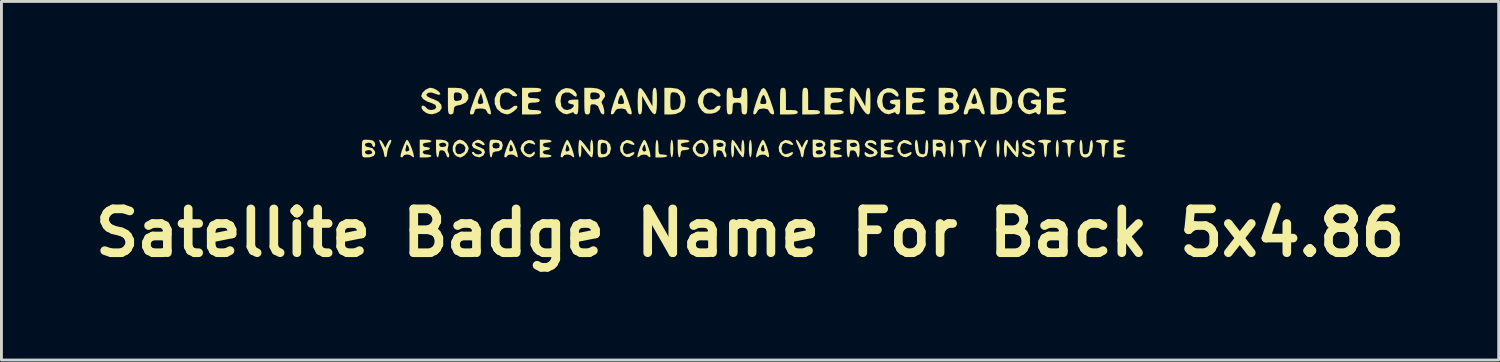
<source format=kicad_pcb>
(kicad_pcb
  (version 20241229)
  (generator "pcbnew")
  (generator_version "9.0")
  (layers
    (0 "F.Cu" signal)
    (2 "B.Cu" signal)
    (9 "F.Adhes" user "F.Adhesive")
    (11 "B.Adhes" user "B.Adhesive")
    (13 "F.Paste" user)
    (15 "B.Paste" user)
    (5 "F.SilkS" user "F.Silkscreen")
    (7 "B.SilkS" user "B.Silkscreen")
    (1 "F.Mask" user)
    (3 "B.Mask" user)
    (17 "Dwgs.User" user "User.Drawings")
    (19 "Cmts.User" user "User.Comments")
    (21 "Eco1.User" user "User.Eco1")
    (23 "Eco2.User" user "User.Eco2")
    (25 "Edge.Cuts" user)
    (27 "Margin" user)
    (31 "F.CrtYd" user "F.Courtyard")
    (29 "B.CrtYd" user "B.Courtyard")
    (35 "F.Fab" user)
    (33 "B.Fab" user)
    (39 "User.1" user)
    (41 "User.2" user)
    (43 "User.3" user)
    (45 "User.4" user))
  (footprint "Satellite Badge Name For Back 5x4.86"
    (layer "F.Cu")
    (at 23.012 5.042)
    (property "Reference" "Satellite Badge Name For Back 5x4.86" (at 0 0 0) (layer "F.SilkS") (effects (font (size 1.524 1.524) (thickness 0.3))))
    (attr board_only exclude_from_pos_files exclude_from_bom)
    (fp_poly (pts (xy -2.692 -3.192) (xy -2.674 -3.069) (xy -2.668 -2.93) (xy -2.676 -2.765) (xy -2.696 -2.654) (xy -2.72 -2.621) (xy -2.747 -2.668) (xy -2.766 -2.79) (xy -2.771 -2.93) (xy -2.763 -3.094) (xy -2.743 -3.206) (xy -2.72 -3.239)) (stroke (width 0) (type solid)) (fill yes) (layer "F.SilkS"))
    (fp_poly (pts (xy 0.038 -3.192) (xy 0.057 -3.069) (xy 0.062 -2.93) (xy 0.055 -2.765) (xy 0.034 -2.654) (xy 0.011 -2.621) (xy -0.016 -2.668) (xy -0.035 -2.79) (xy -0.041 -2.93) (xy -0.033 -3.094) (xy -0.012 -3.206) (xy 0.011 -3.239)) (stroke (width 0) (type solid)) (fill yes) (layer "F.SilkS"))
    (fp_poly (pts (xy 7.045 -3.192) (xy 7.064 -3.069) (xy 7.069 -2.93) (xy 7.062 -2.765) (xy 7.041 -2.654) (xy 7.018 -2.621) (xy 6.99 -2.668) (xy 6.972 -2.79) (xy 6.966 -2.93) (xy 6.974 -3.094) (xy 6.995 -3.206) (xy 7.018 -3.239)) (stroke (width 0) (type solid)) (fill yes) (layer "F.SilkS"))
    (fp_poly (pts (xy 8.642 -3.192) (xy 8.661 -3.069) (xy 8.667 -2.93) (xy 8.659 -2.765) (xy 8.638 -2.654) (xy 8.615 -2.621) (xy 8.588 -2.668) (xy 8.569 -2.79) (xy 8.564 -2.93) (xy 8.571 -3.094) (xy 8.592 -3.206) (xy 8.615 -3.239)) (stroke (width 0) (type solid)) (fill yes) (layer "F.SilkS"))
    (fp_poly (pts (xy 10.703 -3.192) (xy 10.722 -3.069) (xy 10.727 -2.93) (xy 10.72 -2.765) (xy 10.699 -2.654) (xy 10.676 -2.621) (xy 10.648 -2.668) (xy 10.63 -2.79) (xy 10.624 -2.93) (xy 10.632 -3.094) (xy 10.653 -3.206) (xy 10.676 -3.239)) (stroke (width 0) (type solid)) (fill yes) (layer "F.SilkS"))
    (fp_poly (pts (xy -3.205 -3.193) (xy -3.187 -3.074) (xy -3.183 -2.981) (xy -3.18 -2.829) (xy -3.159 -2.753) (xy -3.105 -2.727) (xy -3.029 -2.724) (xy -2.92 -2.709) (xy -2.874 -2.673) (xy -2.874 -2.672) (xy -2.92 -2.64) (xy -3.034 -2.622) (xy -3.08 -2.621) (xy -3.286 -2.621) (xy -3.286 -2.93) (xy -3.279 -3.094) (xy -3.258 -3.206) (xy -3.235 -3.239)) (stroke (width 0) (type solid)) (fill yes) (layer "F.SilkS"))
    (fp_poly (pts (xy 1.197 -5.033) (xy 1.228 -4.991) (xy 1.243 -4.896) (xy 1.247 -4.725) (xy 1.247 -4.656) (xy 1.247 -4.269) (xy 1.454 -4.269) (xy 1.597 -4.257) (xy 1.656 -4.214) (xy 1.66 -4.192) (xy 1.636 -4.147) (xy 1.552 -4.123) (xy 1.388 -4.115) (xy 1.351 -4.115) (xy 1.041 -4.115) (xy 1.041 -4.578) (xy 1.043 -4.799) (xy 1.051 -4.936) (xy 1.07 -5.009) (xy 1.104 -5.038) (xy 1.144 -5.042)) (stroke (width 0) (type solid)) (fill yes) (layer "F.SilkS"))
    (fp_poly (pts (xy 1.97 -5.033) (xy 2.001 -4.991) (xy 2.016 -4.896) (xy 2.02 -4.725) (xy 2.02 -4.656) (xy 2.02 -4.269) (xy 2.226 -4.269) (xy 2.37 -4.257) (xy 2.429 -4.214) (xy 2.432 -4.192) (xy 2.409 -4.147) (xy 2.325 -4.123) (xy 2.161 -4.115) (xy 2.123 -4.115) (xy 1.814 -4.115) (xy 1.814 -4.578) (xy 1.816 -4.799) (xy 1.824 -4.936) (xy 1.843 -5.009) (xy 1.877 -5.038) (xy 1.917 -5.042)) (stroke (width 0) (type solid)) (fill yes) (layer "F.SilkS"))
    (fp_poly (pts (xy -12.462 -3.213) (xy -12.486 -3.126) (xy -12.534 -3.033) (xy -12.592 -2.883) (xy -12.61 -2.762) (xy -12.627 -2.66) (xy -12.663 -2.621) (xy -12.705 -2.664) (xy -12.715 -2.726) (xy -12.738 -2.836) (xy -12.795 -2.985) (xy -12.819 -3.035) (xy -12.871 -3.156) (xy -12.883 -3.229) (xy -12.872 -3.239) (xy -12.815 -3.198) (xy -12.748 -3.099) (xy -12.747 -3.097) (xy -12.673 -2.956) (xy -12.608 -3.097) (xy -12.55 -3.198) (xy -12.5 -3.239)) (stroke (width 0) (type solid)) (fill yes) (layer "F.SilkS"))
    (fp_poly (pts (xy 2.016 -3.213) (xy 1.992 -3.126) (xy 1.943 -3.033) (xy 1.886 -2.883) (xy 1.868 -2.762) (xy 1.85 -2.66) (xy 1.814 -2.621) (xy 1.773 -2.664) (xy 1.763 -2.726) (xy 1.74 -2.836) (xy 1.683 -2.985) (xy 1.659 -3.035) (xy 1.607 -3.156) (xy 1.595 -3.229) (xy 1.605 -3.239) (xy 1.663 -3.198) (xy 1.73 -3.099) (xy 1.731 -3.097) (xy 1.805 -2.956) (xy 1.869 -3.097) (xy 1.928 -3.198) (xy 1.977 -3.239)) (stroke (width 0) (type solid)) (fill yes) (layer "F.SilkS"))
    (fp_poly (pts (xy 8.215 -3.199) (xy 8.182 -3.097) (xy 8.152 -3.035) (xy 8.087 -2.885) (xy 8.051 -2.756) (xy 8.048 -2.726) (xy 8.027 -2.641) (xy 7.997 -2.621) (xy 7.959 -2.665) (xy 7.943 -2.762) (xy 7.915 -2.918) (xy 7.868 -3.033) (xy 7.803 -3.165) (xy 7.802 -3.228) (xy 7.834 -3.239) (xy 7.884 -3.197) (xy 7.942 -3.097) (xy 8.006 -2.956) (xy 8.08 -3.097) (xy 8.147 -3.197) (xy 8.205 -3.239) (xy 8.206 -3.239)) (stroke (width 0) (type solid)) (fill yes) (layer "F.SilkS"))
    (fp_poly (pts (xy 7.594 -3.229) (xy 7.677 -3.203) (xy 7.688 -3.187) (xy 7.644 -3.146) (xy 7.585 -3.136) (xy 7.523 -3.122) (xy 7.492 -3.065) (xy 7.482 -2.938) (xy 7.482 -2.878) (xy 7.472 -2.731) (xy 7.449 -2.638) (xy 7.43 -2.621) (xy 7.401 -2.667) (xy 7.382 -2.785) (xy 7.379 -2.878) (xy 7.37 -3.04) (xy 7.342 -3.119) (xy 7.301 -3.136) (xy 7.233 -3.164) (xy 7.224 -3.187) (xy 7.27 -3.218) (xy 7.387 -3.237) (xy 7.456 -3.239)) (stroke (width 0) (type solid)) (fill yes) (layer "F.SilkS"))
    (fp_poly (pts (xy 10.376 -3.229) (xy 10.459 -3.203) (xy 10.47 -3.187) (xy 10.428 -3.142) (xy 10.393 -3.136) (xy 10.344 -3.108) (xy 10.32 -3.013) (xy 10.315 -2.878) (xy 10.306 -2.731) (xy 10.282 -2.638) (xy 10.264 -2.621) (xy 10.234 -2.667) (xy 10.216 -2.785) (xy 10.212 -2.878) (xy 10.207 -3.033) (xy 10.184 -3.11) (xy 10.133 -3.135) (xy 10.109 -3.136) (xy 10.025 -3.157) (xy 10.006 -3.187) (xy 10.052 -3.218) (xy 10.169 -3.237) (xy 10.238 -3.239)) (stroke (width 0) (type solid)) (fill yes) (layer "F.SilkS"))
    (fp_poly (pts (xy 11.201 -3.229) (xy 11.284 -3.203) (xy 11.294 -3.187) (xy 11.252 -3.142) (xy 11.217 -3.136) (xy 11.168 -3.108) (xy 11.145 -3.013) (xy 11.14 -2.878) (xy 11.13 -2.731) (xy 11.107 -2.638) (xy 11.088 -2.621) (xy 11.059 -2.667) (xy 11.04 -2.785) (xy 11.037 -2.878) (xy 11.031 -3.033) (xy 11.008 -3.11) (xy 10.957 -3.135) (xy 10.933 -3.136) (xy 10.85 -3.157) (xy 10.83 -3.187) (xy 10.876 -3.218) (xy 10.993 -3.237) (xy 11.062 -3.239)) (stroke (width 0) (type solid)) (fill yes) (layer "F.SilkS"))
    (fp_poly (pts (xy 12.386 -3.229) (xy 12.468 -3.203) (xy 12.479 -3.187) (xy 12.437 -3.142) (xy 12.402 -3.136) (xy 12.353 -3.108) (xy 12.33 -3.013) (xy 12.325 -2.878) (xy 12.315 -2.731) (xy 12.292 -2.638) (xy 12.273 -2.621) (xy 12.244 -2.667) (xy 12.225 -2.785) (xy 12.222 -2.878) (xy 12.216 -3.033) (xy 12.193 -3.11) (xy 12.142 -3.135) (xy 12.118 -3.136) (xy 12.035 -3.157) (xy 12.015 -3.187) (xy 12.061 -3.218) (xy 12.178 -3.237) (xy 12.247 -3.239)) (stroke (width 0) (type solid)) (fill yes) (layer "F.SilkS"))
    (fp_poly (pts (xy -4.153 -3.209) (xy -4.082 -3.166) (xy -4.015 -3.092) (xy -4.032 -3.053) (xy -4.113 -3.069) (xy -4.15 -3.089) (xy -4.283 -3.131) (xy -4.378 -3.082) (xy -4.419 -2.951) (xy -4.42 -2.93) (xy -4.386 -2.79) (xy -4.297 -2.73) (xy -4.168 -2.76) (xy -4.15 -2.771) (xy -4.052 -2.809) (xy -4.012 -2.785) (xy -4.05 -2.72) (xy -4.082 -2.694) (xy -4.201 -2.63) (xy -4.309 -2.642) (xy -4.408 -2.701) (xy -4.5 -2.821) (xy -4.519 -2.973) (xy -4.462 -3.117) (xy -4.429 -3.154) (xy -4.292 -3.231)) (stroke (width 0) (type solid)) (fill yes) (layer "F.SilkS"))
    (fp_poly (pts (xy -2.178 -3.228) (xy -2.107 -3.199) (xy -2.101 -3.187) (xy -2.146 -3.151) (xy -2.254 -3.136) (xy -2.256 -3.136) (xy -2.379 -3.113) (xy -2.411 -3.059) (xy -2.364 -2.997) (xy -2.256 -2.981) (xy -2.147 -2.966) (xy -2.101 -2.93) (xy -2.101 -2.93) (xy -2.146 -2.894) (xy -2.254 -2.878) (xy -2.256 -2.878) (xy -2.366 -2.864) (xy -2.407 -2.805) (xy -2.411 -2.749) (xy -2.428 -2.653) (xy -2.462 -2.621) (xy -2.489 -2.668) (xy -2.508 -2.79) (xy -2.514 -2.93) (xy -2.514 -3.239) (xy -2.307 -3.239)) (stroke (width 0) (type solid)) (fill yes) (layer "F.SilkS"))
    (fp_poly (pts (xy 1.36 -3.209) (xy 1.431 -3.166) (xy 1.498 -3.092) (xy 1.481 -3.053) (xy 1.399 -3.069) (xy 1.362 -3.089) (xy 1.23 -3.131) (xy 1.135 -3.082) (xy 1.093 -2.951) (xy 1.093 -2.93) (xy 1.126 -2.79) (xy 1.216 -2.73) (xy 1.345 -2.76) (xy 1.362 -2.771) (xy 1.461 -2.809) (xy 1.501 -2.785) (xy 1.463 -2.72) (xy 1.431 -2.694) (xy 1.312 -2.63) (xy 1.204 -2.642) (xy 1.104 -2.701) (xy 1.012 -2.821) (xy 0.994 -2.973) (xy 1.051 -3.117) (xy 1.084 -3.154) (xy 1.22 -3.231)) (stroke (width 0) (type solid)) (fill yes) (layer "F.SilkS"))
    (fp_poly (pts (xy 5.482 -3.209) (xy 5.552 -3.166) (xy 5.619 -3.092) (xy 5.603 -3.053) (xy 5.521 -3.069) (xy 5.484 -3.089) (xy 5.352 -3.131) (xy 5.257 -3.082) (xy 5.215 -2.951) (xy 5.215 -2.93) (xy 5.248 -2.79) (xy 5.338 -2.73) (xy 5.466 -2.76) (xy 5.484 -2.771) (xy 5.583 -2.809) (xy 5.622 -2.785) (xy 5.584 -2.72) (xy 5.552 -2.694) (xy 5.433 -2.63) (xy 5.325 -2.642) (xy 5.226 -2.701) (xy 5.134 -2.821) (xy 5.116 -2.973) (xy 5.172 -3.117) (xy 5.206 -3.154) (xy 5.342 -3.231)) (stroke (width 0) (type solid)) (fill yes) (layer "F.SilkS"))
    (fp_poly (pts (xy -11.143 -3.228) (xy -11.071 -3.199) (xy -11.066 -3.187) (xy -11.111 -3.151) (xy -11.219 -3.136) (xy -11.221 -3.136) (xy -11.343 -3.113) (xy -11.375 -3.059) (xy -11.33 -2.996) (xy -11.246 -2.981) (xy -11.15 -2.964) (xy -11.118 -2.93) (xy -11.162 -2.891) (xy -11.246 -2.878) (xy -11.35 -2.851) (xy -11.375 -2.801) (xy -11.329 -2.74) (xy -11.221 -2.724) (xy -11.112 -2.709) (xy -11.066 -2.673) (xy -11.066 -2.672) (xy -11.112 -2.64) (xy -11.226 -2.622) (xy -11.272 -2.621) (xy -11.478 -2.621) (xy -11.478 -3.239) (xy -11.272 -3.239)) (stroke (width 0) (type solid)) (fill yes) (layer "F.SilkS"))
    (fp_poly (pts (xy -7.579 -3.215) (xy -7.521 -3.177) (xy -7.463 -3.096) (xy -7.482 -3.064) (xy -7.563 -3.096) (xy -7.686 -3.127) (xy -7.791 -3.081) (xy -7.856 -2.986) (xy -7.857 -2.868) (xy -7.818 -2.799) (xy -7.724 -2.736) (xy -7.619 -2.73) (xy -7.55 -2.783) (xy -7.548 -2.788) (xy -7.505 -2.825) (xy -7.485 -2.815) (xy -7.477 -2.753) (xy -7.533 -2.68) (xy -7.623 -2.629) (xy -7.672 -2.621) (xy -7.779 -2.655) (xy -7.872 -2.724) (xy -7.949 -2.836) (xy -7.975 -2.93) (xy -7.935 -3.065) (xy -7.835 -3.169) (xy -7.706 -3.225)) (stroke (width 0) (type solid)) (fill yes) (layer "F.SilkS"))
    (fp_poly (pts (xy -6.97 -3.228) (xy -6.898 -3.199) (xy -6.893 -3.187) (xy -6.938 -3.151) (xy -7.046 -3.136) (xy -7.047 -3.136) (xy -7.17 -3.113) (xy -7.202 -3.059) (xy -7.157 -2.996) (xy -7.073 -2.981) (xy -6.976 -2.964) (xy -6.944 -2.93) (xy -6.988 -2.891) (xy -7.073 -2.878) (xy -7.177 -2.851) (xy -7.202 -2.801) (xy -7.156 -2.74) (xy -7.047 -2.724) (xy -6.939 -2.709) (xy -6.893 -2.673) (xy -6.893 -2.672) (xy -6.939 -2.64) (xy -7.053 -2.622) (xy -7.099 -2.621) (xy -7.305 -2.621) (xy -7.305 -3.239) (xy -7.099 -3.239)) (stroke (width 0) (type solid)) (fill yes) (layer "F.SilkS"))
    (fp_poly (pts (xy 3.128 -3.228) (xy 3.2 -3.199) (xy 3.205 -3.187) (xy 3.161 -3.151) (xy 3.053 -3.136) (xy 3.051 -3.136) (xy 2.928 -3.113) (xy 2.896 -3.059) (xy 2.941 -2.996) (xy 3.025 -2.981) (xy 3.122 -2.964) (xy 3.154 -2.93) (xy 3.11 -2.891) (xy 3.025 -2.878) (xy 2.921 -2.851) (xy 2.896 -2.801) (xy 2.942 -2.74) (xy 3.051 -2.724) (xy 3.159 -2.709) (xy 3.205 -2.673) (xy 3.205 -2.672) (xy 3.16 -2.64) (xy 3.045 -2.622) (xy 2.999 -2.621) (xy 2.793 -2.621) (xy 2.793 -3.239) (xy 2.999 -3.239)) (stroke (width 0) (type solid)) (fill yes) (layer "F.SilkS"))
    (fp_poly (pts (xy 11.529 -3.193) (xy 11.548 -3.074) (xy 11.552 -2.978) (xy 11.556 -2.824) (xy 11.575 -2.749) (xy 11.622 -2.729) (xy 11.668 -2.733) (xy 11.74 -2.758) (xy 11.779 -2.826) (xy 11.797 -2.965) (xy 11.799 -2.994) (xy 11.822 -3.159) (xy 11.856 -3.23) (xy 11.889 -3.207) (xy 11.91 -3.087) (xy 11.912 -3.011) (xy 11.884 -2.822) (xy 11.808 -2.686) (xy 11.702 -2.618) (xy 11.582 -2.63) (xy 11.511 -2.683) (xy 11.476 -2.761) (xy 11.455 -2.891) (xy 11.45 -3.037) (xy 11.46 -3.162) (xy 11.487 -3.233) (xy 11.5 -3.239)) (stroke (width 0) (type solid)) (fill yes) (layer "F.SilkS"))
    (fp_poly (pts (xy 12.969 -3.228) (xy 13.041 -3.199) (xy 13.046 -3.187) (xy 13.001 -3.151) (xy 12.893 -3.136) (xy 12.891 -3.136) (xy 12.769 -3.113) (xy 12.737 -3.059) (xy 12.782 -2.996) (xy 12.866 -2.981) (xy 12.962 -2.964) (xy 12.994 -2.93) (xy 12.95 -2.891) (xy 12.866 -2.878) (xy 12.762 -2.851) (xy 12.737 -2.801) (xy 12.783 -2.74) (xy 12.891 -2.724) (xy 13 -2.709) (xy 13.046 -2.673) (xy 13.046 -2.672) (xy 13 -2.64) (xy 12.886 -2.622) (xy 12.84 -2.621) (xy 12.634 -2.621) (xy 12.634 -3.239) (xy 12.84 -3.239)) (stroke (width 0) (type solid)) (fill yes) (layer "F.SilkS"))
    (fp_poly (pts (xy -5.474 -3.192) (xy -5.456 -3.069) (xy -5.45 -2.93) (xy -5.457 -2.767) (xy -5.476 -2.655) (xy -5.497 -2.621) (xy -5.552 -2.659) (xy -5.641 -2.757) (xy -5.703 -2.837) (xy -5.862 -3.053) (xy -5.862 -2.837) (xy -5.873 -2.704) (xy -5.901 -2.628) (xy -5.914 -2.621) (xy -5.941 -2.668) (xy -5.96 -2.79) (xy -5.965 -2.93) (xy -5.958 -3.093) (xy -5.94 -3.205) (xy -5.918 -3.239) (xy -5.864 -3.201) (xy -5.775 -3.103) (xy -5.712 -3.023) (xy -5.553 -2.806) (xy -5.553 -3.023) (xy -5.542 -3.155) (xy -5.515 -3.232) (xy -5.502 -3.239)) (stroke (width 0) (type solid)) (fill yes) (layer "F.SilkS"))
    (fp_poly (pts (xy -0.219 -3.192) (xy -0.201 -3.069) (xy -0.195 -2.93) (xy -0.202 -2.767) (xy -0.222 -2.655) (xy -0.244 -2.621) (xy -0.296 -2.661) (xy -0.376 -2.765) (xy -0.424 -2.84) (xy -0.555 -3.059) (xy -0.555 -2.84) (xy -0.566 -2.706) (xy -0.594 -2.628) (xy -0.607 -2.621) (xy -0.635 -2.668) (xy -0.653 -2.79) (xy -0.659 -2.93) (xy -0.652 -3.093) (xy -0.634 -3.205) (xy -0.613 -3.239) (xy -0.561 -3.198) (xy -0.482 -3.095) (xy -0.434 -3.02) (xy -0.302 -2.801) (xy -0.3 -3.02) (xy -0.288 -3.154) (xy -0.26 -3.231) (xy -0.247 -3.239)) (stroke (width 0) (type solid)) (fill yes) (layer "F.SilkS"))
    (fp_poly (pts (xy 9.312 -3.192) (xy 9.331 -3.069) (xy 9.336 -2.93) (xy 9.329 -2.767) (xy 9.311 -2.655) (xy 9.289 -2.621) (xy 9.234 -2.659) (xy 9.145 -2.757) (xy 9.083 -2.837) (xy 8.924 -3.053) (xy 8.924 -2.837) (xy 8.913 -2.704) (xy 8.886 -2.628) (xy 8.873 -2.621) (xy 8.845 -2.668) (xy 8.827 -2.79) (xy 8.821 -2.93) (xy 8.828 -3.093) (xy 8.847 -3.205) (xy 8.868 -3.239) (xy 8.923 -3.201) (xy 9.012 -3.103) (xy 9.074 -3.023) (xy 9.233 -2.806) (xy 9.233 -3.023) (xy 9.244 -3.155) (xy 9.272 -3.232) (xy 9.285 -3.239)) (stroke (width 0) (type solid)) (fill yes) (layer "F.SilkS"))
    (fp_poly (pts (xy -1.567 -3.195) (xy -1.477 -3.085) (xy -1.439 -2.941) (xy -1.462 -2.796) (xy -1.526 -2.706) (xy -1.666 -2.628) (xy -1.805 -2.654) (xy -1.895 -2.724) (xy -1.973 -2.836) (xy -1.998 -2.93) (xy -1.984 -2.973) (xy -1.889 -2.973) (xy -1.878 -2.856) (xy -1.804 -2.765) (xy -1.682 -2.733) (xy -1.664 -2.735) (xy -1.591 -2.769) (xy -1.563 -2.864) (xy -1.56 -2.929) (xy -1.591 -3.072) (xy -1.671 -3.135) (xy -1.783 -3.109) (xy -1.821 -3.082) (xy -1.889 -2.973) (xy -1.984 -2.973) (xy -1.956 -3.055) (xy -1.855 -3.17) (xy -1.732 -3.235) (xy -1.697 -3.239)) (stroke (width 0) (type solid)) (fill yes) (layer "F.SilkS"))
    (fp_poly (pts (xy 6.175 -3.194) (xy 6.19 -3.083) (xy 6.19 -2.94) (xy 6.175 -2.801) (xy 6.145 -2.701) (xy 6.132 -2.683) (xy 6.01 -2.625) (xy 5.874 -2.654) (xy 5.811 -2.702) (xy 5.767 -2.787) (xy 5.739 -2.918) (xy 5.729 -3.06) (xy 5.738 -3.178) (xy 5.77 -3.237) (xy 5.779 -3.239) (xy 5.81 -3.193) (xy 5.835 -3.075) (xy 5.843 -2.994) (xy 5.86 -2.842) (xy 5.894 -2.765) (xy 5.961 -2.735) (xy 5.975 -2.733) (xy 6.043 -2.732) (xy 6.077 -2.771) (xy 6.089 -2.874) (xy 6.09 -2.978) (xy 6.1 -3.126) (xy 6.123 -3.221) (xy 6.142 -3.239)) (stroke (width 0) (type solid)) (fill yes) (layer "F.SilkS"))
    (fp_poly (pts (xy -9.955 -3.196) (xy -9.847 -3.094) (xy -9.783 -2.97) (xy -9.778 -2.93) (xy -9.82 -2.805) (xy -9.922 -2.69) (xy -10.044 -2.625) (xy -10.079 -2.621) (xy -10.187 -2.657) (xy -10.26 -2.715) (xy -10.33 -2.854) (xy -10.329 -2.959) (xy -10.242 -2.959) (xy -10.227 -2.813) (xy -10.22 -2.794) (xy -10.154 -2.738) (xy -10.049 -2.742) (xy -9.947 -2.799) (xy -9.912 -2.84) (xy -9.888 -2.957) (xy -9.944 -3.057) (xy -10.062 -3.108) (xy -10.093 -3.11) (xy -10.194 -3.068) (xy -10.242 -2.959) (xy -10.329 -2.959) (xy -10.329 -3.006) (xy -10.265 -3.14) (xy -10.151 -3.225) (xy -10.07 -3.239)) (stroke (width 0) (type solid)) (fill yes) (layer "F.SilkS"))
    (fp_poly (pts (xy -8.726 -3.222) (xy -8.627 -3.164) (xy -8.594 -3.053) (xy -8.593 -3.033) (xy -8.627 -2.904) (xy -8.733 -2.839) (xy -8.855 -2.827) (xy -8.938 -2.788) (xy -8.954 -2.724) (xy -8.975 -2.64) (xy -9.005 -2.621) (xy -9.033 -2.668) (xy -9.051 -2.79) (xy -9.057 -2.93) (xy -9.055 -3.033) (xy -8.954 -3.033) (xy -8.924 -2.952) (xy -8.825 -2.93) (xy -8.724 -2.954) (xy -8.696 -3.033) (xy -8.726 -3.114) (xy -8.825 -3.136) (xy -8.926 -3.112) (xy -8.954 -3.033) (xy -9.055 -3.033) (xy -9.055 -3.101) (xy -9.04 -3.193) (xy -9.002 -3.231) (xy -8.928 -3.239) (xy -8.906 -3.239)) (stroke (width 0) (type solid)) (fill yes) (layer "F.SilkS"))
    (fp_poly (pts (xy -2.511 -5.006) (xy -2.346 -4.898) (xy -2.257 -4.722) (xy -2.242 -4.578) (xy -2.282 -4.361) (xy -2.4 -4.21) (xy -2.592 -4.129) (xy -2.748 -4.115) (xy -2.977 -4.115) (xy -2.977 -4.578) (xy -2.771 -4.578) (xy -2.768 -4.407) (xy -2.753 -4.314) (xy -2.716 -4.276) (xy -2.653 -4.269) (xy -2.532 -4.295) (xy -2.472 -4.331) (xy -2.431 -4.422) (xy -2.411 -4.56) (xy -2.411 -4.578) (xy -2.439 -4.76) (xy -2.526 -4.861) (xy -2.653 -4.888) (xy -2.718 -4.88) (xy -2.754 -4.839) (xy -2.768 -4.743) (xy -2.771 -4.578) (xy -2.977 -4.578) (xy -2.977 -5.042) (xy -2.748 -5.042)) (stroke (width 0) (type solid)) (fill yes) (layer "F.SilkS"))
    (fp_poly (pts (xy 4.915 -3.229) (xy 4.998 -3.203) (xy 5.009 -3.187) (xy 4.963 -3.153) (xy 4.852 -3.136) (xy 4.828 -3.136) (xy 4.695 -3.119) (xy 4.648 -3.066) (xy 4.648 -3.059) (xy 4.694 -2.997) (xy 4.802 -2.981) (xy 4.911 -2.966) (xy 4.957 -2.93) (xy 4.957 -2.93) (xy 4.912 -2.894) (xy 4.804 -2.878) (xy 4.802 -2.878) (xy 4.68 -2.855) (xy 4.648 -2.801) (xy 4.687 -2.744) (xy 4.812 -2.724) (xy 4.828 -2.724) (xy 4.947 -2.711) (xy 5.007 -2.679) (xy 5.009 -2.672) (xy 4.962 -2.641) (xy 4.846 -2.623) (xy 4.777 -2.621) (xy 4.545 -2.621) (xy 4.545 -3.239) (xy 4.777 -3.239)) (stroke (width 0) (type solid)) (fill yes) (layer "F.SilkS"))
    (fp_poly (pts (xy 8.813 -5.001) (xy 8.988 -4.89) (xy 9.093 -4.725) (xy 9.116 -4.524) (xy 9.076 -4.365) (xy 8.976 -4.223) (xy 8.814 -4.142) (xy 8.574 -4.115) (xy 8.56 -4.115) (xy 8.357 -4.115) (xy 8.357 -4.578) (xy 8.564 -4.578) (xy 8.567 -4.407) (xy 8.582 -4.314) (xy 8.619 -4.276) (xy 8.682 -4.269) (xy 8.803 -4.295) (xy 8.862 -4.331) (xy 8.904 -4.422) (xy 8.924 -4.56) (xy 8.924 -4.578) (xy 8.896 -4.76) (xy 8.809 -4.861) (xy 8.682 -4.888) (xy 8.616 -4.88) (xy 8.581 -4.839) (xy 8.566 -4.743) (xy 8.564 -4.578) (xy 8.357 -4.578) (xy 8.357 -5.042) (xy 8.582 -5.042)) (stroke (width 0) (type solid)) (fill yes) (layer "F.SilkS"))
    (fp_poly (pts (xy -4.972 -3.197) (xy -4.863 -3.079) (xy -4.832 -2.93) (xy -4.875 -2.759) (xy -4.993 -2.651) (xy -5.145 -2.621) (xy -5.228 -2.625) (xy -5.273 -2.654) (xy -5.292 -2.733) (xy -5.296 -2.884) (xy -5.296 -2.93) (xy -5.193 -2.93) (xy -5.187 -2.795) (xy -5.158 -2.738) (xy -5.092 -2.731) (xy -5.077 -2.733) (xy -4.997 -2.764) (xy -4.965 -2.846) (xy -4.961 -2.93) (xy -4.973 -3.056) (xy -5.023 -3.113) (xy -5.077 -3.127) (xy -5.15 -3.126) (xy -5.184 -3.079) (xy -5.193 -2.959) (xy -5.193 -2.93) (xy -5.296 -2.93) (xy -5.294 -3.101) (xy -5.279 -3.193) (xy -5.241 -3.231) (xy -5.167 -3.239) (xy -5.145 -3.239)) (stroke (width 0) (type solid)) (fill yes) (layer "F.SilkS"))
    (fp_poly (pts (xy 3.527 -3.238) (xy 3.676 -3.225) (xy 3.761 -3.173) (xy 3.799 -3.06) (xy 3.809 -2.891) (xy 3.801 -2.735) (xy 3.779 -2.641) (xy 3.749 -2.619) (xy 3.721 -2.683) (xy 3.711 -2.737) (xy 3.653 -2.841) (xy 3.579 -2.869) (xy 3.492 -2.862) (xy 3.464 -2.789) (xy 3.463 -2.753) (xy 3.446 -2.655) (xy 3.411 -2.621) (xy 3.384 -2.668) (xy 3.365 -2.79) (xy 3.36 -2.93) (xy 3.36 -3.059) (xy 3.463 -3.059) (xy 3.508 -2.996) (xy 3.592 -2.981) (xy 3.695 -3.008) (xy 3.721 -3.059) (xy 3.676 -3.121) (xy 3.592 -3.136) (xy 3.488 -3.109) (xy 3.463 -3.059) (xy 3.36 -3.059) (xy 3.36 -3.239)) (stroke (width 0) (type solid)) (fill yes) (layer "F.SilkS"))
    (fp_poly (pts (xy 6.516 -3.238) (xy 6.664 -3.225) (xy 6.749 -3.173) (xy 6.787 -3.06) (xy 6.797 -2.891) (xy 6.789 -2.735) (xy 6.767 -2.641) (xy 6.738 -2.619) (xy 6.709 -2.683) (xy 6.699 -2.737) (xy 6.641 -2.841) (xy 6.567 -2.869) (xy 6.48 -2.862) (xy 6.452 -2.789) (xy 6.451 -2.753) (xy 6.434 -2.655) (xy 6.4 -2.621) (xy 6.372 -2.668) (xy 6.354 -2.79) (xy 6.348 -2.93) (xy 6.348 -3.059) (xy 6.451 -3.059) (xy 6.496 -2.996) (xy 6.58 -2.981) (xy 6.684 -3.008) (xy 6.709 -3.059) (xy 6.664 -3.121) (xy 6.58 -3.136) (xy 6.476 -3.109) (xy 6.451 -3.059) (xy 6.348 -3.059) (xy 6.348 -3.239)) (stroke (width 0) (type solid)) (fill yes) (layer "F.SilkS"))
    (fp_poly (pts (xy -3.627 -3.194) (xy -3.573 -3.082) (xy -3.52 -2.935) (xy -3.478 -2.788) (xy -3.46 -2.674) (xy -3.47 -2.629) (xy -3.516 -2.635) (xy -3.53 -2.659) (xy -3.593 -2.708) (xy -3.701 -2.722) (xy -3.799 -2.698) (xy -3.827 -2.672) (xy -3.892 -2.623) (xy -3.906 -2.621) (xy -3.914 -2.664) (xy -3.889 -2.779) (xy -3.853 -2.891) (xy -3.749 -2.891) (xy -3.708 -2.835) (xy -3.667 -2.827) (xy -3.609 -2.857) (xy -3.616 -2.908) (xy -3.644 -3.015) (xy -3.648 -3.05) (xy -3.665 -3.07) (xy -3.701 -3.028) (xy -3.736 -2.954) (xy -3.749 -2.891) (xy -3.853 -2.891) (xy -3.841 -2.93) (xy -3.775 -3.089) (xy -3.713 -3.201) (xy -3.672 -3.239)) (stroke (width 0) (type solid)) (fill yes) (layer "F.SilkS"))
    (fp_poly (pts (xy 0.494 -3.194) (xy 0.549 -3.082) (xy 0.602 -2.935) (xy 0.643 -2.788) (xy 0.661 -2.674) (xy 0.652 -2.629) (xy 0.606 -2.635) (xy 0.592 -2.659) (xy 0.529 -2.708) (xy 0.421 -2.722) (xy 0.323 -2.698) (xy 0.294 -2.672) (xy 0.23 -2.623) (xy 0.216 -2.621) (xy 0.208 -2.664) (xy 0.233 -2.779) (xy 0.269 -2.891) (xy 0.372 -2.891) (xy 0.414 -2.835) (xy 0.454 -2.827) (xy 0.513 -2.857) (xy 0.506 -2.908) (xy 0.477 -3.015) (xy 0.474 -3.05) (xy 0.457 -3.07) (xy 0.42 -3.028) (xy 0.386 -2.954) (xy 0.372 -2.891) (xy 0.269 -2.891) (xy 0.281 -2.93) (xy 0.347 -3.089) (xy 0.409 -3.201) (xy 0.45 -3.239)) (stroke (width 0) (type solid)) (fill yes) (layer "F.SilkS"))
    (fp_poly (pts (xy 4.276 -3.212) (xy 4.366 -3.158) (xy 4.39 -3.099) (xy 4.376 -3.043) (xy 4.328 -3.074) (xy 4.242 -3.123) (xy 4.146 -3.133) (xy 4.086 -3.104) (xy 4.081 -3.085) (xy 4.124 -3.034) (xy 4.23 -2.973) (xy 4.261 -2.959) (xy 4.396 -2.876) (xy 4.437 -2.785) (xy 4.382 -2.699) (xy 4.342 -2.674) (xy 4.173 -2.627) (xy 4.043 -2.655) (xy 3.986 -2.722) (xy 3.978 -2.764) (xy 3.992 -2.817) (xy 4.04 -2.786) (xy 4.141 -2.732) (xy 4.252 -2.733) (xy 4.312 -2.774) (xy 4.29 -2.823) (xy 4.197 -2.883) (xy 4.161 -2.9) (xy 4.021 -2.985) (xy 3.983 -3.079) (xy 4.045 -3.179) (xy 4.055 -3.187) (xy 4.158 -3.225)) (stroke (width 0) (type solid)) (fill yes) (layer "F.SilkS"))
    (fp_poly (pts (xy -10.575 -3.211) (xy -10.484 -3.137) (xy -10.478 -3.028) (xy -10.492 -2.995) (xy -10.515 -2.872) (xy -10.497 -2.824) (xy -10.453 -2.717) (xy -10.461 -2.639) (xy -10.496 -2.621) (xy -10.539 -2.664) (xy -10.56 -2.737) (xy -10.619 -2.841) (xy -10.693 -2.869) (xy -10.779 -2.862) (xy -10.807 -2.789) (xy -10.808 -2.753) (xy -10.826 -2.655) (xy -10.86 -2.621) (xy -10.887 -2.668) (xy -10.906 -2.79) (xy -10.912 -2.93) (xy -10.912 -3.059) (xy -10.808 -3.059) (xy -10.764 -2.996) (xy -10.68 -2.981) (xy -10.576 -3.008) (xy -10.551 -3.059) (xy -10.596 -3.121) (xy -10.68 -3.136) (xy -10.783 -3.109) (xy -10.808 -3.059) (xy -10.912 -3.059) (xy -10.912 -3.239) (xy -10.738 -3.239)) (stroke (width 0) (type solid)) (fill yes) (layer "F.SilkS"))
    (fp_poly (pts (xy -3.274 -5.024) (xy -3.251 -4.958) (xy -3.239 -4.827) (xy -3.235 -4.612) (xy -3.235 -4.578) (xy -3.242 -4.325) (xy -3.266 -4.171) (xy -3.312 -4.117) (xy -3.383 -4.159) (xy -3.483 -4.296) (xy -3.566 -4.437) (xy -3.748 -4.759) (xy -3.749 -4.437) (xy -3.755 -4.253) (xy -3.775 -4.153) (xy -3.814 -4.116) (xy -3.827 -4.115) (xy -3.865 -4.133) (xy -3.889 -4.199) (xy -3.901 -4.33) (xy -3.905 -4.545) (xy -3.905 -4.578) (xy -3.897 -4.832) (xy -3.873 -4.986) (xy -3.828 -5.04) (xy -3.757 -4.998) (xy -3.657 -4.861) (xy -3.574 -4.72) (xy -3.391 -4.398) (xy -3.39 -4.72) (xy -3.384 -4.904) (xy -3.364 -5.004) (xy -3.325 -5.041) (xy -3.312 -5.042)) (stroke (width 0) (type solid)) (fill yes) (layer "F.SilkS"))
    (fp_poly (pts (xy -0.94 -3.211) (xy -0.849 -3.137) (xy -0.843 -3.028) (xy -0.858 -2.995) (xy -0.88 -2.872) (xy -0.862 -2.824) (xy -0.819 -2.717) (xy -0.827 -2.639) (xy -0.861 -2.621) (xy -0.905 -2.664) (xy -0.926 -2.737) (xy -0.984 -2.841) (xy -1.058 -2.869) (xy -1.145 -2.862) (xy -1.173 -2.789) (xy -1.174 -2.753) (xy -1.191 -2.655) (xy -1.226 -2.621) (xy -1.253 -2.668) (xy -1.272 -2.79) (xy -1.277 -2.93) (xy -1.277 -3.059) (xy -1.174 -3.059) (xy -1.129 -2.996) (xy -1.045 -2.981) (xy -0.942 -3.008) (xy -0.916 -3.059) (xy -0.961 -3.121) (xy -1.045 -3.136) (xy -1.149 -3.109) (xy -1.174 -3.059) (xy -1.277 -3.059) (xy -1.277 -3.239) (xy -1.103 -3.239)) (stroke (width 0) (type solid)) (fill yes) (layer "F.SilkS"))
    (fp_poly (pts (xy -11.875 -3.194) (xy -11.813 -3.078) (xy -11.752 -2.93) (xy -11.701 -2.772) (xy -11.677 -2.66) (xy -11.685 -2.621) (xy -11.751 -2.658) (xy -11.762 -2.672) (xy -11.833 -2.712) (xy -11.919 -2.724) (xy -12.015 -2.706) (xy -12.045 -2.672) (xy -12.084 -2.622) (xy -12.097 -2.621) (xy -12.147 -2.647) (xy -12.148 -2.655) (xy -12.131 -2.752) (xy -12.088 -2.891) (xy -12.081 -2.908) (xy -11.973 -2.908) (xy -11.968 -2.839) (xy -11.922 -2.827) (xy -11.85 -2.859) (xy -11.84 -2.891) (xy -11.857 -2.965) (xy -11.893 -3.036) (xy -11.928 -3.072) (xy -11.941 -3.05) (xy -11.959 -2.95) (xy -11.973 -2.908) (xy -12.081 -2.908) (xy -12.031 -3.039) (xy -11.974 -3.164) (xy -11.93 -3.234) (xy -11.92 -3.239)) (stroke (width 0) (type solid)) (fill yes) (layer "F.SilkS"))
    (fp_poly (pts (xy -8.269 -3.194) (xy -8.206 -3.078) (xy -8.146 -2.93) (xy -8.095 -2.772) (xy -8.071 -2.66) (xy -8.078 -2.621) (xy -8.145 -2.658) (xy -8.155 -2.672) (xy -8.226 -2.712) (xy -8.313 -2.724) (xy -8.408 -2.706) (xy -8.439 -2.672) (xy -8.478 -2.622) (xy -8.49 -2.621) (xy -8.54 -2.647) (xy -8.542 -2.655) (xy -8.524 -2.752) (xy -8.481 -2.891) (xy -8.475 -2.908) (xy -8.367 -2.908) (xy -8.362 -2.839) (xy -8.315 -2.827) (xy -8.244 -2.859) (xy -8.233 -2.891) (xy -8.25 -2.965) (xy -8.287 -3.036) (xy -8.322 -3.072) (xy -8.335 -3.05) (xy -8.353 -2.95) (xy -8.367 -2.908) (xy -8.475 -2.908) (xy -8.425 -3.039) (xy -8.368 -3.164) (xy -8.323 -3.234) (xy -8.313 -3.239)) (stroke (width 0) (type solid)) (fill yes) (layer "F.SilkS"))
    (fp_poly (pts (xy -6.311 -3.194) (xy -6.248 -3.078) (xy -6.188 -2.93) (xy -6.137 -2.772) (xy -6.113 -2.66) (xy -6.121 -2.621) (xy -6.187 -2.658) (xy -6.197 -2.672) (xy -6.268 -2.712) (xy -6.355 -2.724) (xy -6.45 -2.706) (xy -6.481 -2.672) (xy -6.52 -2.622) (xy -6.532 -2.621) (xy -6.582 -2.647) (xy -6.584 -2.655) (xy -6.567 -2.752) (xy -6.523 -2.891) (xy -6.517 -2.908) (xy -6.409 -2.908) (xy -6.404 -2.839) (xy -6.357 -2.827) (xy -6.286 -2.859) (xy -6.275 -2.891) (xy -6.293 -2.965) (xy -6.329 -3.036) (xy -6.364 -3.072) (xy -6.377 -3.05) (xy -6.395 -2.95) (xy -6.409 -2.908) (xy -6.517 -2.908) (xy -6.467 -3.039) (xy -6.41 -3.164) (xy -6.365 -3.234) (xy -6.355 -3.239)) (stroke (width 0) (type solid)) (fill yes) (layer "F.SilkS"))
    (fp_poly (pts (xy -10.047 -5.026) (xy -9.919 -4.971) (xy -9.881 -4.939) (xy -9.789 -4.793) (xy -9.791 -4.65) (xy -9.877 -4.53) (xy -10.041 -4.453) (xy -10.089 -4.443) (xy -10.221 -4.414) (xy -10.279 -4.365) (xy -10.293 -4.272) (xy -10.293 -4.263) (xy -10.311 -4.153) (xy -10.376 -4.116) (xy -10.396 -4.115) (xy -10.445 -4.123) (xy -10.476 -4.159) (xy -10.492 -4.243) (xy -10.498 -4.396) (xy -10.499 -4.578) (xy -10.499 -4.733) (xy -10.293 -4.733) (xy -10.283 -4.622) (xy -10.234 -4.585) (xy -10.152 -4.588) (xy -10.045 -4.621) (xy -10.011 -4.704) (xy -10.01 -4.733) (xy -10.033 -4.832) (xy -10.12 -4.874) (xy -10.152 -4.878) (xy -10.25 -4.878) (xy -10.288 -4.827) (xy -10.293 -4.733) (xy -10.499 -4.733) (xy -10.499 -5.042) (xy -10.242 -5.042)) (stroke (width 0) (type solid)) (fill yes) (layer "F.SilkS"))
    (fp_poly (pts (xy -9.356 -3.212) (xy -9.271 -3.152) (xy -9.221 -3.086) (xy -9.225 -3.053) (xy -9.289 -3.049) (xy -9.326 -3.075) (xy -9.409 -3.123) (xy -9.499 -3.133) (xy -9.557 -3.107) (xy -9.56 -3.074) (xy -9.5 -3.019) (xy -9.383 -2.971) (xy -9.375 -2.969) (xy -9.248 -2.903) (xy -9.21 -2.803) (xy -9.266 -2.689) (xy -9.273 -2.683) (xy -9.397 -2.624) (xy -9.545 -2.659) (xy -9.601 -2.694) (xy -9.662 -2.765) (xy -9.655 -2.81) (xy -9.601 -2.812) (xy -9.586 -2.788) (xy -9.527 -2.738) (xy -9.431 -2.725) (xy -9.345 -2.748) (xy -9.314 -2.795) (xy -9.359 -2.853) (xy -9.467 -2.896) (xy -9.47 -2.897) (xy -9.605 -2.953) (xy -9.664 -3.039) (xy -9.635 -3.133) (xy -9.596 -3.169) (xy -9.497 -3.225) (xy -9.443 -3.239)) (stroke (width 0) (type solid)) (fill yes) (layer "F.SilkS"))
    (fp_poly (pts (xy -1.296 -5.019) (xy -1.171 -4.962) (xy -1.067 -4.874) (xy -1.02 -4.786) (xy -1.019 -4.781) (xy -1.055 -4.736) (xy -1.135 -4.746) (xy -1.219 -4.803) (xy -1.228 -4.813) (xy -1.338 -4.879) (xy -1.466 -4.866) (xy -1.573 -4.785) (xy -1.608 -4.72) (xy -1.634 -4.538) (xy -1.586 -4.389) (xy -1.476 -4.295) (xy -1.409 -4.278) (xy -1.27 -4.293) (xy -1.215 -4.342) (xy -1.15 -4.403) (xy -1.071 -4.424) (xy -1.022 -4.398) (xy -1.019 -4.382) (xy -1.065 -4.271) (xy -1.182 -4.186) (xy -1.34 -4.141) (xy -1.507 -4.146) (xy -1.576 -4.167) (xy -1.674 -4.246) (xy -1.76 -4.376) (xy -1.769 -4.397) (xy -1.815 -4.535) (xy -1.81 -4.647) (xy -1.77 -4.759) (xy -1.654 -4.923) (xy -1.49 -5.015) (xy -1.303 -5.021)) (stroke (width 0) (type solid)) (fill yes) (layer "F.SilkS"))
    (fp_poly (pts (xy 9.758 -3.212) (xy 9.843 -3.152) (xy 9.893 -3.086) (xy 9.889 -3.053) (xy 9.826 -3.049) (xy 9.789 -3.075) (xy 9.706 -3.123) (xy 9.615 -3.133) (xy 9.557 -3.107) (xy 9.555 -3.074) (xy 9.614 -3.019) (xy 9.731 -2.971) (xy 9.739 -2.969) (xy 9.866 -2.903) (xy 9.905 -2.803) (xy 9.848 -2.689) (xy 9.841 -2.683) (xy 9.718 -2.624) (xy 9.57 -2.659) (xy 9.514 -2.694) (xy 9.453 -2.765) (xy 9.459 -2.81) (xy 9.513 -2.812) (xy 9.528 -2.788) (xy 9.587 -2.738) (xy 9.683 -2.725) (xy 9.77 -2.748) (xy 9.8 -2.795) (xy 9.755 -2.853) (xy 9.647 -2.896) (xy 9.644 -2.897) (xy 9.509 -2.953) (xy 9.451 -3.039) (xy 9.479 -3.133) (xy 9.518 -3.169) (xy 9.618 -3.225) (xy 9.671 -3.239)) (stroke (width 0) (type solid)) (fill yes) (layer "F.SilkS"))
    (fp_poly (pts (xy -7.401 -5.037) (xy -7.296 -5.019) (xy -7.256 -4.982) (xy -7.254 -4.965) (xy -7.284 -4.914) (xy -7.387 -4.891) (xy -7.485 -4.888) (xy -7.63 -4.881) (xy -7.699 -4.853) (xy -7.717 -4.792) (xy -7.717 -4.785) (xy -7.7 -4.717) (xy -7.63 -4.687) (xy -7.511 -4.682) (xy -7.368 -4.669) (xy -7.309 -4.626) (xy -7.305 -4.604) (xy -7.339 -4.551) (xy -7.452 -4.528) (xy -7.511 -4.527) (xy -7.644 -4.52) (xy -7.703 -4.487) (xy -7.717 -4.409) (xy -7.717 -4.398) (xy -7.708 -4.319) (xy -7.66 -4.281) (xy -7.548 -4.27) (xy -7.485 -4.269) (xy -7.333 -4.259) (xy -7.263 -4.225) (xy -7.254 -4.192) (xy -7.276 -4.149) (xy -7.356 -4.125) (xy -7.512 -4.115) (xy -7.588 -4.115) (xy -7.923 -4.115) (xy -7.923 -5.042) (xy -7.588 -5.042)) (stroke (width 0) (type solid)) (fill yes) (layer "F.SilkS"))
    (fp_poly (pts (xy 3.11 -5.037) (xy 3.214 -5.019) (xy 3.254 -4.982) (xy 3.257 -4.965) (xy 3.226 -4.914) (xy 3.123 -4.891) (xy 3.025 -4.888) (xy 2.88 -4.881) (xy 2.812 -4.853) (xy 2.793 -4.792) (xy 2.793 -4.785) (xy 2.81 -4.717) (xy 2.88 -4.687) (xy 2.999 -4.682) (xy 3.143 -4.669) (xy 3.202 -4.626) (xy 3.205 -4.604) (xy 3.171 -4.551) (xy 3.058 -4.528) (xy 2.999 -4.527) (xy 2.866 -4.52) (xy 2.807 -4.487) (xy 2.793 -4.409) (xy 2.793 -4.398) (xy 2.803 -4.319) (xy 2.85 -4.281) (xy 2.962 -4.27) (xy 3.025 -4.269) (xy 3.178 -4.259) (xy 3.247 -4.225) (xy 3.257 -4.192) (xy 3.234 -4.149) (xy 3.155 -4.125) (xy 2.998 -4.115) (xy 2.922 -4.115) (xy 2.587 -4.115) (xy 2.587 -5.042) (xy 2.922 -5.042)) (stroke (width 0) (type solid)) (fill yes) (layer "F.SilkS"))
    (fp_poly (pts (xy 4.146 -5.022) (xy 4.169 -4.951) (xy 4.181 -4.811) (xy 4.184 -4.587) (xy 4.184 -4.578) (xy 4.182 -4.357) (xy 4.173 -4.219) (xy 4.153 -4.145) (xy 4.119 -4.118) (xy 4.094 -4.115) (xy 4.015 -4.162) (xy 3.91 -4.295) (xy 3.824 -4.437) (xy 3.643 -4.759) (xy 3.628 -4.437) (xy 3.612 -4.248) (xy 3.584 -4.147) (xy 3.54 -4.115) (xy 3.538 -4.115) (xy 3.501 -4.135) (xy 3.478 -4.206) (xy 3.466 -4.346) (xy 3.463 -4.57) (xy 3.463 -4.578) (xy 3.465 -4.8) (xy 3.474 -4.938) (xy 3.494 -5.011) (xy 3.528 -5.039) (xy 3.554 -5.042) (xy 3.635 -4.995) (xy 3.742 -4.858) (xy 3.825 -4.72) (xy 4.004 -4.398) (xy 4.019 -4.72) (xy 4.035 -4.909) (xy 4.063 -5.01) (xy 4.107 -5.042) (xy 4.109 -5.042)) (stroke (width 0) (type solid)) (fill yes) (layer "F.SilkS"))
    (fp_poly (pts (xy 5.943 -5.037) (xy 6.048 -5.019) (xy 6.088 -4.982) (xy 6.09 -4.965) (xy 6.06 -4.914) (xy 5.957 -4.891) (xy 5.859 -4.888) (xy 5.714 -4.881) (xy 5.645 -4.853) (xy 5.627 -4.792) (xy 5.627 -4.785) (xy 5.644 -4.717) (xy 5.714 -4.687) (xy 5.833 -4.682) (xy 5.976 -4.669) (xy 6.035 -4.626) (xy 6.039 -4.604) (xy 6.005 -4.551) (xy 5.892 -4.528) (xy 5.833 -4.527) (xy 5.7 -4.52) (xy 5.641 -4.487) (xy 5.627 -4.409) (xy 5.627 -4.398) (xy 5.636 -4.319) (xy 5.684 -4.281) (xy 5.796 -4.27) (xy 5.859 -4.269) (xy 6.011 -4.259) (xy 6.081 -4.225) (xy 6.09 -4.192) (xy 6.068 -4.149) (xy 5.988 -4.125) (xy 5.832 -4.115) (xy 5.756 -4.115) (xy 5.421 -4.115) (xy 5.421 -5.042) (xy 5.756 -5.042)) (stroke (width 0) (type solid)) (fill yes) (layer "F.SilkS"))
    (fp_poly (pts (xy 10.838 -5.037) (xy 10.942 -5.019) (xy 10.983 -4.982) (xy 10.985 -4.965) (xy 10.955 -4.914) (xy 10.851 -4.891) (xy 10.753 -4.888) (xy 10.608 -4.881) (xy 10.54 -4.853) (xy 10.521 -4.792) (xy 10.521 -4.785) (xy 10.539 -4.717) (xy 10.608 -4.687) (xy 10.727 -4.682) (xy 10.871 -4.669) (xy 10.93 -4.626) (xy 10.933 -4.604) (xy 10.899 -4.551) (xy 10.787 -4.528) (xy 10.727 -4.527) (xy 10.595 -4.52) (xy 10.536 -4.487) (xy 10.521 -4.409) (xy 10.521 -4.398) (xy 10.531 -4.319) (xy 10.578 -4.281) (xy 10.691 -4.27) (xy 10.753 -4.269) (xy 10.906 -4.259) (xy 10.976 -4.225) (xy 10.985 -4.192) (xy 10.963 -4.149) (xy 10.883 -4.125) (xy 10.726 -4.115) (xy 10.65 -4.115) (xy 10.315 -4.115) (xy 10.315 -5.042) (xy 10.65 -5.042)) (stroke (width 0) (type solid)) (fill yes) (layer "F.SilkS"))
    (fp_poly (pts (xy -8.36 -5.017) (xy -8.192 -4.902) (xy -8.191 -4.902) (xy -8.106 -4.81) (xy -8.091 -4.765) (xy -8.139 -4.744) (xy -8.15 -4.742) (xy -8.253 -4.763) (xy -8.294 -4.805) (xy -8.383 -4.872) (xy -8.509 -4.883) (xy -8.624 -4.835) (xy -8.634 -4.826) (xy -8.676 -4.735) (xy -8.696 -4.597) (xy -8.696 -4.578) (xy -8.68 -4.437) (xy -8.64 -4.338) (xy -8.634 -4.331) (xy -8.516 -4.275) (xy -8.377 -4.286) (xy -8.284 -4.347) (xy -8.202 -4.408) (xy -8.12 -4.422) (xy -8.078 -4.383) (xy -8.078 -4.376) (xy -8.118 -4.307) (xy -8.215 -4.222) (xy -8.331 -4.149) (xy -8.427 -4.116) (xy -8.433 -4.116) (xy -8.54 -4.139) (xy -8.645 -4.181) (xy -8.794 -4.308) (xy -8.871 -4.481) (xy -8.873 -4.671) (xy -8.798 -4.848) (xy -8.711 -4.939) (xy -8.533 -5.029)) (stroke (width 0) (type solid)) (fill yes) (layer "F.SilkS"))
    (fp_poly (pts (xy 2.502 -3.214) (xy 2.598 -3.15) (xy 2.618 -3.063) (xy 2.591 -3.012) (xy 2.56 -2.935) (xy 2.585 -2.906) (xy 2.635 -2.825) (xy 2.623 -2.722) (xy 2.557 -2.652) (xy 2.446 -2.629) (xy 2.325 -2.621) (xy 2.242 -2.625) (xy 2.197 -2.654) (xy 2.179 -2.733) (xy 2.177 -2.801) (xy 2.278 -2.801) (xy 2.323 -2.739) (xy 2.407 -2.724) (xy 2.51 -2.751) (xy 2.536 -2.801) (xy 2.491 -2.863) (xy 2.407 -2.878) (xy 2.303 -2.851) (xy 2.278 -2.801) (xy 2.177 -2.801) (xy 2.175 -2.885) (xy 2.175 -2.93) (xy 2.175 -3.059) (xy 2.278 -3.059) (xy 2.323 -2.996) (xy 2.407 -2.981) (xy 2.51 -3.008) (xy 2.536 -3.059) (xy 2.491 -3.121) (xy 2.407 -3.136) (xy 2.303 -3.109) (xy 2.278 -3.059) (xy 2.175 -3.059) (xy 2.175 -3.239) (xy 2.349 -3.239)) (stroke (width 0) (type solid)) (fill yes) (layer "F.SilkS"))
    (fp_poly (pts (xy -13.198 -3.228) (xy -13.105 -3.208) (xy -13.047 -3.15) (xy -13.024 -3.064) (xy -13.043 -2.995) (xy -13.075 -2.981) (xy -13.121 -3.023) (xy -13.127 -3.059) (xy -13.172 -3.121) (xy -13.256 -3.136) (xy -13.359 -3.109) (xy -13.385 -3.059) (xy -13.34 -2.996) (xy -13.266 -2.981) (xy -13.12 -2.942) (xy -13.036 -2.839) (xy -13.024 -2.77) (xy -13.068 -2.678) (xy -13.201 -2.63) (xy -13.337 -2.621) (xy -13.42 -2.625) (xy -13.465 -2.654) (xy -13.484 -2.733) (xy -13.486 -2.801) (xy -13.385 -2.801) (xy -13.34 -2.739) (xy -13.256 -2.724) (xy -13.152 -2.751) (xy -13.127 -2.801) (xy -13.172 -2.863) (xy -13.256 -2.878) (xy -13.359 -2.851) (xy -13.385 -2.801) (xy -13.486 -2.801) (xy -13.488 -2.885) (xy -13.488 -2.93) (xy -13.485 -3.101) (xy -13.471 -3.193) (xy -13.433 -3.231) (xy -13.359 -3.239) (xy -13.337 -3.239)) (stroke (width 0) (type solid)) (fill yes) (layer "F.SilkS"))
    (fp_poly (pts (xy -9.29 -4.992) (xy -9.214 -4.846) (xy -9.123 -4.599) (xy -9.117 -4.578) (xy -9.046 -4.359) (xy -9.009 -4.22) (xy -9.003 -4.144) (xy -9.026 -4.116) (xy -9.039 -4.115) (xy -9.115 -4.158) (xy -9.145 -4.218) (xy -9.188 -4.288) (xy -9.287 -4.318) (xy -9.372 -4.321) (xy -9.504 -4.312) (xy -9.562 -4.275) (xy -9.572 -4.218) (xy -9.609 -4.131) (xy -9.672 -4.115) (xy -9.716 -4.121) (xy -9.734 -4.151) (xy -9.725 -4.224) (xy -9.685 -4.357) (xy -9.611 -4.567) (xy -9.609 -4.574) (xy -9.459 -4.574) (xy -9.455 -4.501) (xy -9.394 -4.476) (xy -9.366 -4.475) (xy -9.285 -4.502) (xy -9.268 -4.54) (xy -9.286 -4.636) (xy -9.312 -4.733) (xy -9.351 -4.862) (xy -9.41 -4.717) (xy -9.459 -4.574) (xy -9.609 -4.574) (xy -9.608 -4.578) (xy -9.511 -4.832) (xy -9.431 -4.985) (xy -9.36 -5.039)) (stroke (width 0) (type solid)) (fill yes) (layer "F.SilkS"))
    (fp_poly (pts (xy -4.412 -4.992) (xy -4.333 -4.845) (xy -4.239 -4.598) (xy -4.232 -4.578) (xy -4.159 -4.363) (xy -4.119 -4.227) (xy -4.109 -4.152) (xy -4.128 -4.12) (xy -4.162 -4.115) (xy -4.248 -4.158) (xy -4.28 -4.218) (xy -4.329 -4.292) (xy -4.44 -4.32) (xy -4.486 -4.321) (xy -4.62 -4.304) (xy -4.683 -4.244) (xy -4.692 -4.218) (xy -4.747 -4.134) (xy -4.798 -4.115) (xy -4.83 -4.131) (xy -4.834 -4.189) (xy -4.807 -4.306) (xy -4.747 -4.499) (xy -4.734 -4.538) (xy -4.592 -4.538) (xy -4.579 -4.487) (xy -4.509 -4.476) (xy -4.487 -4.475) (xy -4.397 -4.487) (xy -4.378 -4.544) (xy -4.392 -4.617) (xy -4.439 -4.757) (xy -4.486 -4.794) (xy -4.535 -4.729) (xy -4.561 -4.657) (xy -4.592 -4.538) (xy -4.734 -4.538) (xy -4.721 -4.578) (xy -4.629 -4.832) (xy -4.552 -4.986) (xy -4.482 -5.039)) (stroke (width 0) (type solid)) (fill yes) (layer "F.SilkS"))
    (fp_poly (pts (xy 0.534 -4.992) (xy 0.613 -4.845) (xy 0.707 -4.598) (xy 0.714 -4.578) (xy 0.787 -4.363) (xy 0.828 -4.227) (xy 0.837 -4.152) (xy 0.818 -4.12) (xy 0.784 -4.115) (xy 0.699 -4.158) (xy 0.666 -4.218) (xy 0.617 -4.292) (xy 0.506 -4.32) (xy 0.46 -4.321) (xy 0.326 -4.304) (xy 0.263 -4.244) (xy 0.254 -4.218) (xy 0.199 -4.134) (xy 0.148 -4.115) (xy 0.116 -4.131) (xy 0.112 -4.189) (xy 0.139 -4.306) (xy 0.199 -4.499) (xy 0.212 -4.538) (xy 0.354 -4.538) (xy 0.367 -4.487) (xy 0.437 -4.476) (xy 0.459 -4.475) (xy 0.549 -4.487) (xy 0.568 -4.544) (xy 0.554 -4.617) (xy 0.507 -4.757) (xy 0.46 -4.794) (xy 0.411 -4.729) (xy 0.385 -4.657) (xy 0.354 -4.538) (xy 0.212 -4.538) (xy 0.225 -4.578) (xy 0.317 -4.832) (xy 0.394 -4.986) (xy 0.464 -5.039)) (stroke (width 0) (type solid)) (fill yes) (layer "F.SilkS"))
    (fp_poly (pts (xy 7.866 -4.992) (xy 7.943 -4.846) (xy 8.033 -4.599) (xy 8.04 -4.578) (xy 8.111 -4.359) (xy 8.148 -4.22) (xy 8.153 -4.144) (xy 8.13 -4.116) (xy 8.117 -4.115) (xy 8.042 -4.158) (xy 8.012 -4.218) (xy 7.969 -4.288) (xy 7.87 -4.318) (xy 7.785 -4.321) (xy 7.652 -4.312) (xy 7.595 -4.275) (xy 7.585 -4.218) (xy 7.548 -4.131) (xy 7.485 -4.115) (xy 7.441 -4.121) (xy 7.422 -4.151) (xy 7.432 -4.224) (xy 7.472 -4.357) (xy 7.545 -4.567) (xy 7.548 -4.574) (xy 7.697 -4.574) (xy 7.701 -4.501) (xy 7.763 -4.476) (xy 7.791 -4.475) (xy 7.872 -4.502) (xy 7.889 -4.54) (xy 7.87 -4.636) (xy 7.844 -4.733) (xy 7.805 -4.862) (xy 7.746 -4.717) (xy 7.697 -4.574) (xy 7.548 -4.574) (xy 7.549 -4.578) (xy 7.646 -4.832) (xy 7.726 -4.985) (xy 7.797 -5.039)) (stroke (width 0) (type solid)) (fill yes) (layer "F.SilkS"))
    (fp_poly (pts (xy -10.989 -5.018) (xy -10.878 -4.959) (xy -10.792 -4.887) (xy -10.761 -4.823) (xy -10.77 -4.806) (xy -10.839 -4.799) (xy -10.931 -4.833) (xy -11.065 -4.877) (xy -11.18 -4.869) (xy -11.243 -4.813) (xy -11.246 -4.789) (xy -11.201 -4.733) (xy -11.081 -4.673) (xy -11.005 -4.648) (xy -10.829 -4.565) (xy -10.731 -4.455) (xy -10.714 -4.336) (xy -10.783 -4.227) (xy -10.896 -4.162) (xy -11.045 -4.121) (xy -11.169 -4.136) (xy -11.272 -4.181) (xy -11.367 -4.254) (xy -11.416 -4.338) (xy -11.41 -4.404) (xy -11.359 -4.424) (xy -11.276 -4.382) (xy -11.254 -4.347) (xy -11.182 -4.289) (xy -11.068 -4.269) (xy -10.947 -4.3) (xy -10.902 -4.37) (xy -10.937 -4.449) (xy -11.053 -4.506) (xy -11.053 -4.506) (xy -11.229 -4.568) (xy -11.361 -4.653) (xy -11.425 -4.743) (xy -11.427 -4.76) (xy -11.383 -4.871) (xy -11.277 -4.974) (xy -11.147 -5.036) (xy -11.098 -5.042)) (stroke (width 0) (type solid)) (fill yes) (layer "F.SilkS"))
    (fp_poly (pts (xy -6.226 -5.013) (xy -6.132 -4.962) (xy -6.052 -4.88) (xy -6.016 -4.795) (xy -6.035 -4.74) (xy -6.062 -4.733) (xy -6.129 -4.768) (xy -6.172 -4.81) (xy -6.284 -4.876) (xy -6.424 -4.878) (xy -6.522 -4.826) (xy -6.564 -4.735) (xy -6.583 -4.597) (xy -6.584 -4.578) (xy -6.555 -4.395) (xy -6.466 -4.294) (xy -6.352 -4.269) (xy -6.232 -4.301) (xy -6.142 -4.375) (xy -6.12 -4.434) (xy -6.163 -4.468) (xy -6.223 -4.475) (xy -6.307 -4.508) (xy -6.326 -4.553) (xy -6.287 -4.61) (xy -6.162 -4.63) (xy -6.146 -4.63) (xy -5.965 -4.63) (xy -5.965 -4.372) (xy -5.974 -4.21) (xy -6.002 -4.131) (xy -6.043 -4.115) (xy -6.111 -4.144) (xy -6.12 -4.168) (xy -6.152 -4.195) (xy -6.22 -4.168) (xy -6.363 -4.12) (xy -6.495 -4.15) (xy -6.618 -4.238) (xy -6.734 -4.389) (xy -6.772 -4.557) (xy -6.744 -4.724) (xy -6.663 -4.871) (xy -6.542 -4.981) (xy -6.392 -5.034)) (stroke (width 0) (type solid)) (fill yes) (layer "F.SilkS"))
    (fp_poly (pts (xy 4.954 -5.013) (xy 5.049 -4.962) (xy 5.128 -4.88) (xy 5.164 -4.795) (xy 5.145 -4.74) (xy 5.118 -4.733) (xy 5.051 -4.768) (xy 5.009 -4.81) (xy 4.896 -4.876) (xy 4.756 -4.878) (xy 4.658 -4.826) (xy 4.617 -4.735) (xy 4.597 -4.597) (xy 4.596 -4.578) (xy 4.625 -4.395) (xy 4.714 -4.294) (xy 4.828 -4.269) (xy 4.948 -4.301) (xy 5.038 -4.375) (xy 5.06 -4.434) (xy 5.017 -4.468) (xy 4.957 -4.475) (xy 4.873 -4.508) (xy 4.854 -4.553) (xy 4.893 -4.61) (xy 5.018 -4.63) (xy 5.034 -4.63) (xy 5.215 -4.63) (xy 5.215 -4.372) (xy 5.206 -4.21) (xy 5.178 -4.131) (xy 5.137 -4.115) (xy 5.069 -4.144) (xy 5.06 -4.168) (xy 5.029 -4.195) (xy 4.96 -4.168) (xy 4.817 -4.12) (xy 4.685 -4.15) (xy 4.562 -4.238) (xy 4.446 -4.389) (xy 4.409 -4.557) (xy 4.436 -4.724) (xy 4.517 -4.871) (xy 4.638 -4.981) (xy 4.788 -5.034)) (stroke (width 0) (type solid)) (fill yes) (layer "F.SilkS"))
    (fp_poly (pts (xy 9.848 -5.013) (xy 9.943 -4.962) (xy 10.023 -4.88) (xy 10.058 -4.795) (xy 10.039 -4.74) (xy 10.012 -4.733) (xy 9.945 -4.768) (xy 9.903 -4.81) (xy 9.79 -4.876) (xy 9.651 -4.878) (xy 9.553 -4.826) (xy 9.511 -4.735) (xy 9.491 -4.597) (xy 9.491 -4.578) (xy 9.52 -4.395) (xy 9.608 -4.294) (xy 9.723 -4.269) (xy 9.843 -4.301) (xy 9.933 -4.375) (xy 9.955 -4.434) (xy 9.911 -4.468) (xy 9.852 -4.475) (xy 9.768 -4.508) (xy 9.748 -4.553) (xy 9.788 -4.61) (xy 9.912 -4.63) (xy 9.929 -4.63) (xy 10.109 -4.63) (xy 10.109 -4.372) (xy 10.101 -4.21) (xy 10.072 -4.131) (xy 10.032 -4.115) (xy 9.963 -4.144) (xy 9.955 -4.168) (xy 9.923 -4.195) (xy 9.855 -4.168) (xy 9.711 -4.12) (xy 9.58 -4.15) (xy 9.456 -4.238) (xy 9.341 -4.389) (xy 9.303 -4.557) (xy 9.331 -4.724) (xy 9.411 -4.871) (xy 9.533 -4.981) (xy 9.682 -5.034)) (stroke (width 0) (type solid)) (fill yes) (layer "F.SilkS"))
    (fp_poly (pts (xy -0.146 -5.034) (xy -0.116 -4.998) (xy -0.099 -4.914) (xy -0.093 -4.761) (xy -0.092 -4.578) (xy -0.094 -4.358) (xy -0.102 -4.221) (xy -0.121 -4.148) (xy -0.154 -4.119) (xy -0.195 -4.115) (xy -0.263 -4.132) (xy -0.292 -4.202) (xy -0.298 -4.321) (xy -0.304 -4.453) (xy -0.337 -4.512) (xy -0.42 -4.527) (xy -0.453 -4.527) (xy -0.552 -4.519) (xy -0.596 -4.475) (xy -0.607 -4.365) (xy -0.607 -4.321) (xy -0.616 -4.186) (xy -0.651 -4.126) (xy -0.71 -4.115) (xy -0.759 -4.123) (xy -0.79 -4.159) (xy -0.806 -4.243) (xy -0.812 -4.396) (xy -0.813 -4.578) (xy -0.812 -4.799) (xy -0.804 -4.936) (xy -0.785 -5.009) (xy -0.751 -5.038) (xy -0.71 -5.042) (xy -0.639 -5.022) (xy -0.611 -4.943) (xy -0.607 -4.862) (xy -0.599 -4.741) (xy -0.555 -4.691) (xy -0.453 -4.682) (xy -0.349 -4.692) (xy -0.306 -4.743) (xy -0.298 -4.862) (xy -0.287 -4.986) (xy -0.242 -5.036) (xy -0.195 -5.042)) (stroke (width 0) (type solid)) (fill yes) (layer "F.SilkS"))
    (fp_poly (pts (xy 6.956 -5.031) (xy 7.093 -5.002) (xy 7.124 -4.989) (xy 7.202 -4.897) (xy 7.222 -4.767) (xy 7.175 -4.653) (xy 7.17 -4.648) (xy 7.152 -4.58) (xy 7.196 -4.529) (xy 7.271 -4.42) (xy 7.258 -4.31) (xy 7.17 -4.213) (xy 7.02 -4.143) (xy 6.822 -4.115) (xy 6.812 -4.115) (xy 6.554 -4.115) (xy 6.554 -4.398) (xy 6.76 -4.398) (xy 6.777 -4.306) (xy 6.848 -4.272) (xy 6.915 -4.269) (xy 7.025 -4.283) (xy 7.066 -4.342) (xy 7.069 -4.398) (xy 7.053 -4.49) (xy 6.982 -4.524) (xy 6.915 -4.527) (xy 6.804 -4.513) (xy 6.764 -4.454) (xy 6.76 -4.398) (xy 6.554 -4.398) (xy 6.554 -4.785) (xy 6.76 -4.785) (xy 6.785 -4.709) (xy 6.875 -4.683) (xy 6.915 -4.682) (xy 7.028 -4.698) (xy 7.068 -4.758) (xy 7.069 -4.785) (xy 7.045 -4.86) (xy 6.955 -4.887) (xy 6.915 -4.888) (xy 6.802 -4.871) (xy 6.762 -4.811) (xy 6.76 -4.785) (xy 6.554 -4.785) (xy 6.554 -5.042) (xy 6.789 -5.042)) (stroke (width 0) (type solid)) (fill yes) (layer "F.SilkS"))
    (fp_poly (pts (xy -5.306 -5.017) (xy -5.149 -4.951) (xy -5.055 -4.857) (xy -5.036 -4.748) (xy -5.106 -4.638) (xy -5.116 -4.629) (xy -5.163 -4.549) (xy -5.149 -4.507) (xy -5.108 -4.419) (xy -5.073 -4.285) (xy -5.072 -4.282) (xy -5.062 -4.163) (xy -5.095 -4.117) (xy -5.115 -4.115) (xy -5.177 -4.159) (xy -5.229 -4.268) (xy -5.233 -4.282) (xy -5.286 -4.407) (xy -5.378 -4.46) (xy -5.415 -4.466) (xy -5.507 -4.467) (xy -5.546 -4.421) (xy -5.553 -4.301) (xy -5.553 -4.299) (xy -5.564 -4.173) (xy -5.608 -4.121) (xy -5.656 -4.115) (xy -5.705 -4.123) (xy -5.736 -4.159) (xy -5.752 -4.243) (xy -5.758 -4.396) (xy -5.759 -4.578) (xy -5.759 -4.759) (xy -5.553 -4.759) (xy -5.542 -4.667) (xy -5.486 -4.636) (xy -5.386 -4.64) (xy -5.265 -4.668) (xy -5.22 -4.732) (xy -5.218 -4.759) (xy -5.245 -4.836) (xy -5.342 -4.873) (xy -5.386 -4.878) (xy -5.501 -4.88) (xy -5.546 -4.839) (xy -5.553 -4.759) (xy -5.759 -4.759) (xy -5.759 -5.042) (xy -5.513 -5.042)) (stroke (width 0) (type solid)) (fill yes) (layer "F.SilkS")))
  (gr_rect
    (start -3 -3)
    (end 49.025 9.46)
    (stroke (width 0.1) (type default))
    (fill no)
    (layer "Edge.Cuts")))
</source>
